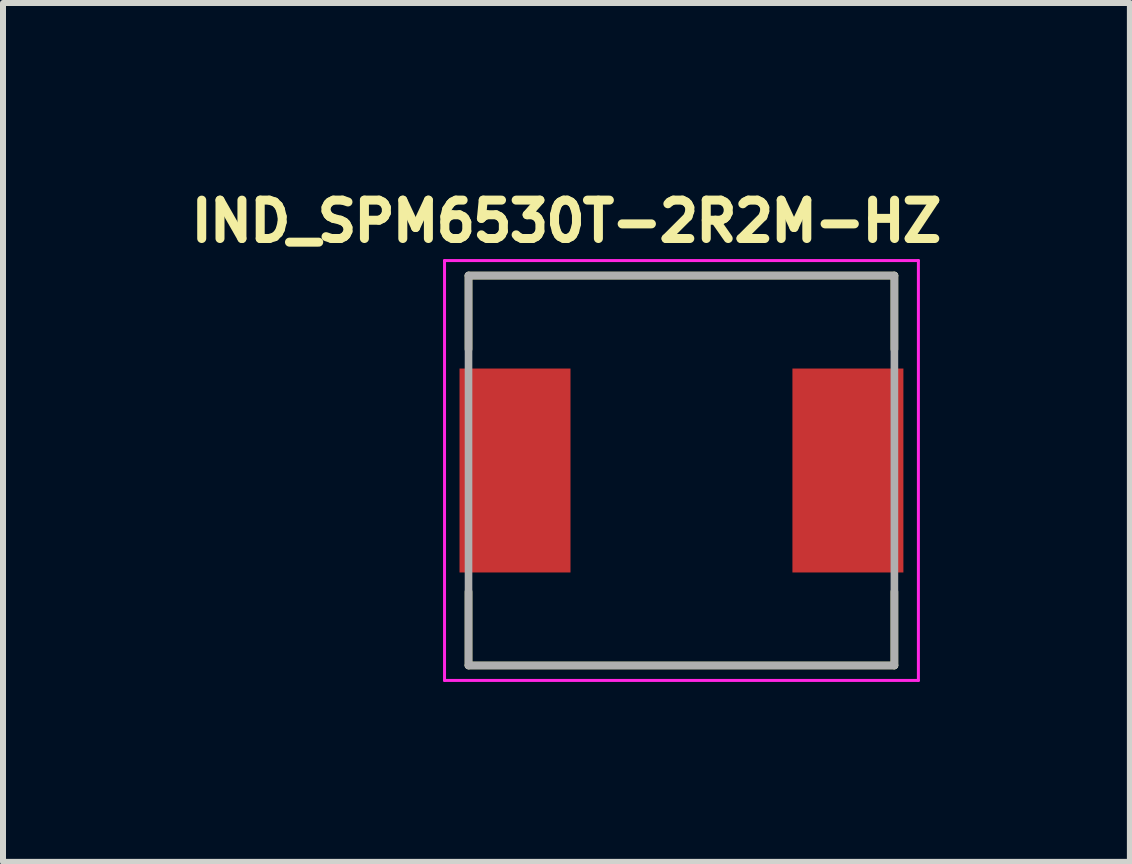
<source format=kicad_pcb>
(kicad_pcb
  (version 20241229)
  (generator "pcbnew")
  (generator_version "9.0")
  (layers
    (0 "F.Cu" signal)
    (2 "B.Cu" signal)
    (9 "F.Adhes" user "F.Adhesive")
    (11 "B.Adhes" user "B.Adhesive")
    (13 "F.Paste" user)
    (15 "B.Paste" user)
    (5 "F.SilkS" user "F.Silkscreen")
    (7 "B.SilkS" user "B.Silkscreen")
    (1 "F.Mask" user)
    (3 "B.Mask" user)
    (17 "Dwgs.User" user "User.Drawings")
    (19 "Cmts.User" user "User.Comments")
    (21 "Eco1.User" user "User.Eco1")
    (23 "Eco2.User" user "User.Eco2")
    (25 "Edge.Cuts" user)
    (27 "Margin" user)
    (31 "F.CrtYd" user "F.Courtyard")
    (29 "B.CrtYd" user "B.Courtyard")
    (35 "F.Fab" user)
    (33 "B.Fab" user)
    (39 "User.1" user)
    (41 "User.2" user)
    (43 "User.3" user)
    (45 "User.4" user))
  (footprint "IND_SPM6530T-2R2M-HZ"
    (layer "F.Cu")
    (at 8.311 4.794)
    (property "Reference" "IND_SPM6530T-2R2M-HZ" (at -1.918 -4.156 0) (layer "F.SilkS") (effects (font (size 0.64 0.64) (thickness 0.15))))
    (attr smd)
    (fp_line (start -3.55 -3.25) (end -3.55 -2.02) (stroke (width 0.127) (type solid)) (layer "F.SilkS"))
    (fp_line (start -3.55 -3.25) (end 3.55 -3.25) (stroke (width 0.127) (type solid)) (layer "F.SilkS"))
    (fp_line (start -3.55 3.25) (end -3.55 2.02) (stroke (width 0.127) (type solid)) (layer "F.SilkS"))
    (fp_line (start -3.55 3.25) (end 3.55 3.25) (stroke (width 0.127) (type solid)) (layer "F.SilkS"))
    (fp_line (start 3.55 -3.25) (end 3.55 -2.02) (stroke (width 0.127) (type solid)) (layer "F.SilkS"))
    (fp_line (start 3.55 3.25) (end 3.55 2.02) (stroke (width 0.127) (type solid)) (layer "F.SilkS"))
    (fp_line (start -3.95 -3.5) (end -3.95 3.5) (stroke (width 0.05) (type solid)) (layer "F.CrtYd"))
    (fp_line (start -3.95 3.5) (end 3.95 3.5) (stroke (width 0.05) (type solid)) (layer "F.CrtYd"))
    (fp_line (start 3.95 -3.5) (end -3.95 -3.5) (stroke (width 0.05) (type solid)) (layer "F.CrtYd"))
    (fp_line (start 3.95 3.5) (end 3.95 -3.5) (stroke (width 0.05) (type solid)) (layer "F.CrtYd"))
    (fp_line (start -3.55 -3.25) (end -3.55 3.25) (stroke (width 0.127) (type solid)) (layer "F.Fab"))
    (fp_line (start -3.55 -3.25) (end 3.55 -3.25) (stroke (width 0.127) (type solid)) (layer "F.Fab"))
    (fp_line (start -3.55 3.25) (end 3.55 3.25) (stroke (width 0.127) (type solid)) (layer "F.Fab"))
    (fp_line (start 3.55 -3.25) (end 3.55 3.25) (stroke (width 0.127) (type solid)) (layer "F.Fab"))
    (pad "1" smd rect (at -2.775 0) (size 1.85 3.4) (layers "F.Cu" "F.Mask" "F.Paste"))
    (pad "2" smd rect (at 2.775 0) (size 1.85 3.4) (layers "F.Cu" "F.Mask" "F.Paste")))
  (gr_rect
    (start -3 -3)
    (end 15.787 11.319)
    (stroke (width 0.1) (type default))
    (fill no)
    (layer "Edge.Cuts")))
</source>
